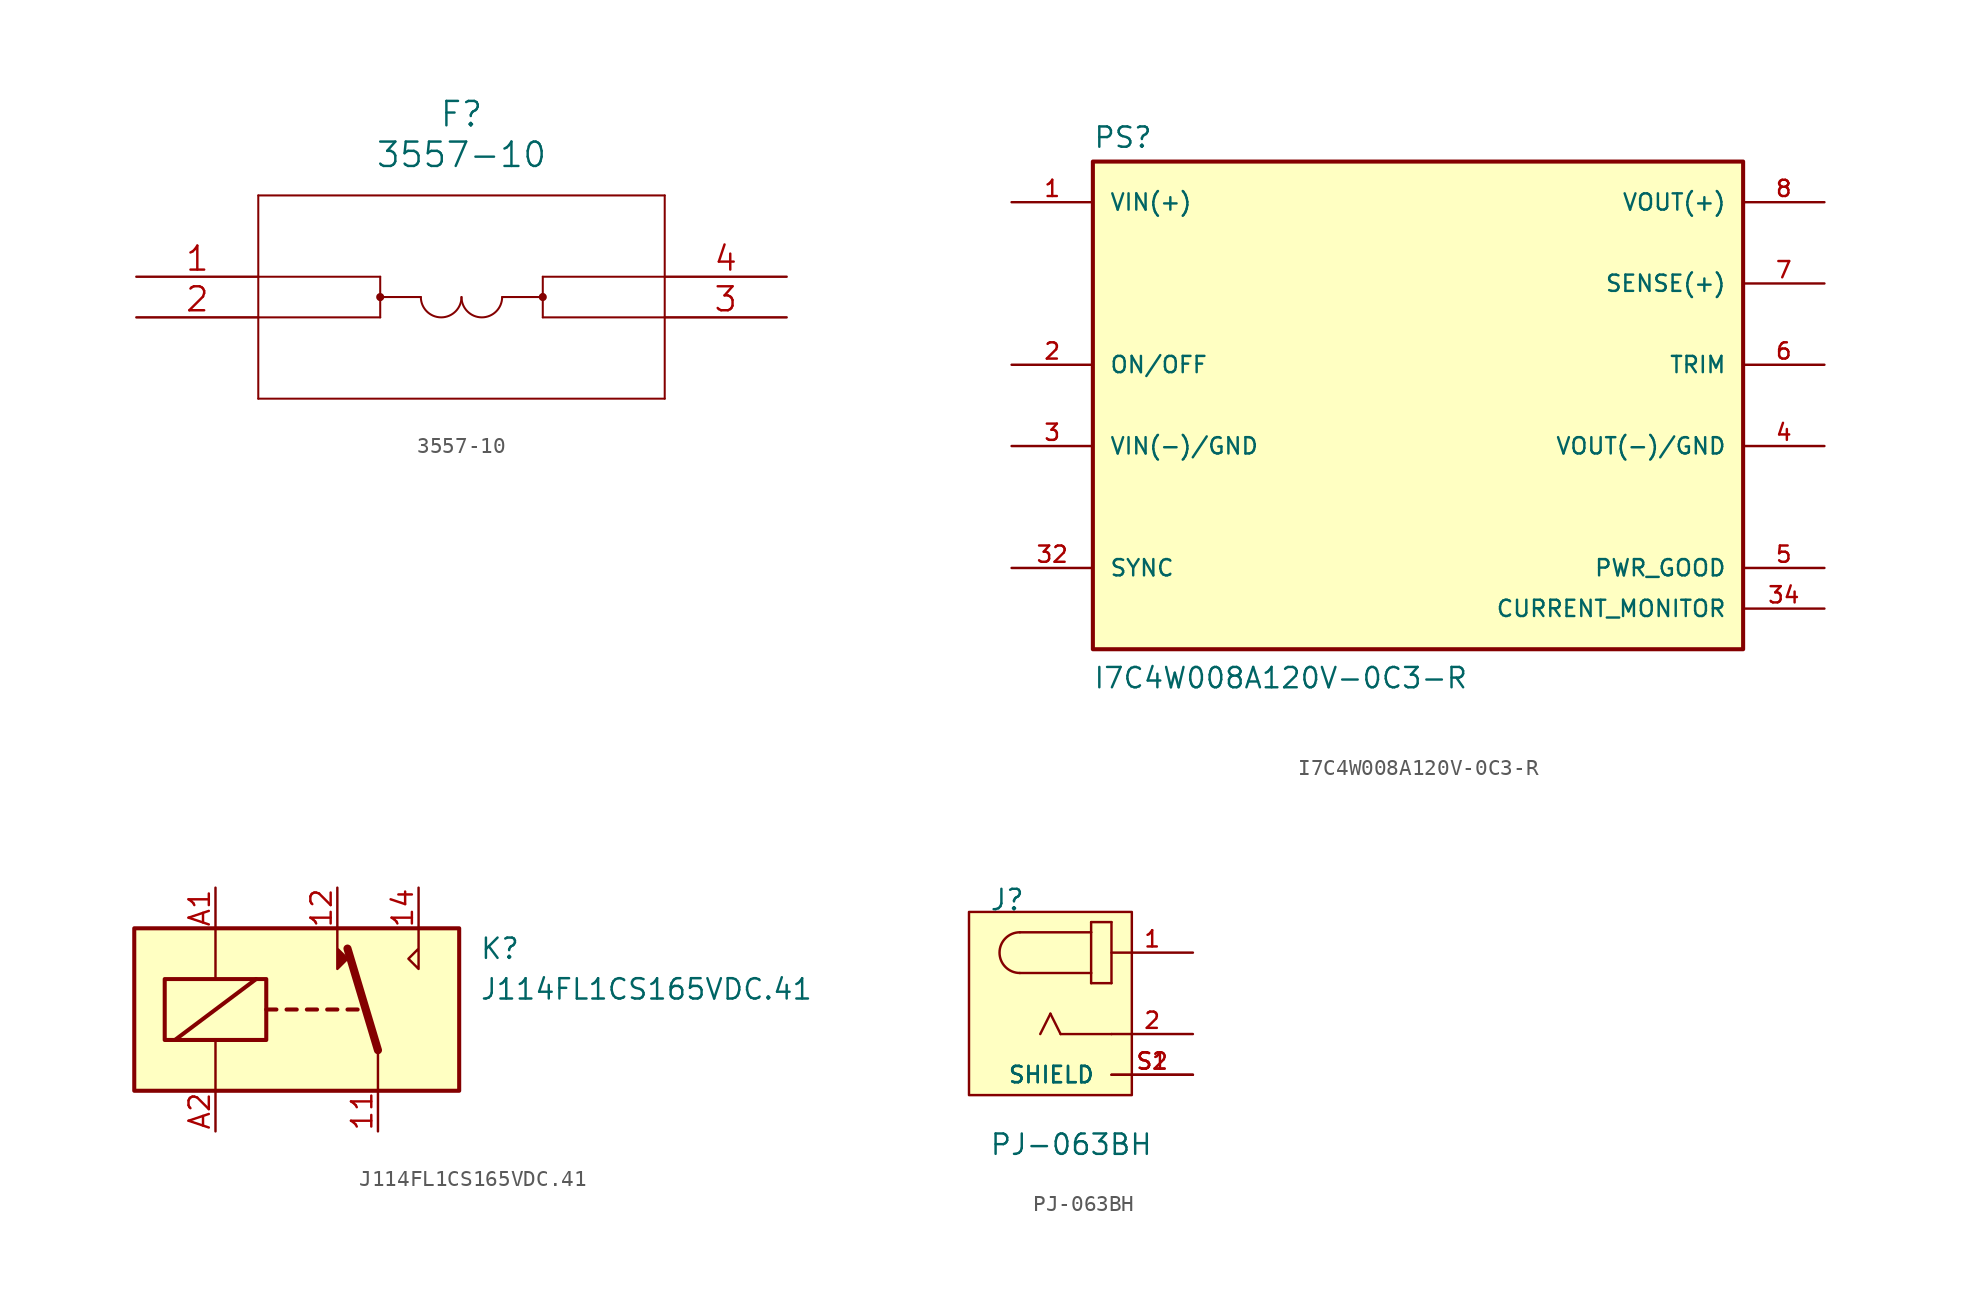
<source format=kicad_sym>
(kicad_symbol_lib
  (version 20231120)
  (generator "kicad_symbol_editor")
  (generator_version "8.0")
  (symbol "3557-10"
    (pin_names
      (offset 0.254) hide)
    (property "Reference" "F"
      (at 20.32 10.16 0)
      (effects (font (size 1.524 1.524))))
    (property "Value" "3557-10"
      (at 20.32 7.62 0)
      (effects (font (size 1.524 1.524))))
    (property "Datasheet" ""
      (at 0 0 0)
      (effects (font (size 1.524 1.524))))
    (property "ki_locked" ""
      (at 0 0 0)
      (effects (font (size 1.27 1.27))))
    (symbol "3557-10_1_1"
      (polyline (pts (xy 7.62 -7.62) (xy 33.02 -7.62)) (stroke (width 0.127) (type default)) (fill (type none)))
      (polyline (pts (xy 7.62 -2.54) (xy 15.24 -2.54)) (stroke (width 0.127) (type default)) (fill (type none)))
      (polyline (pts (xy 7.62 0) (xy 15.24 0)) (stroke (width 0.127) (type default)) (fill (type none)))
      (polyline (pts (xy 7.62 5.08) (xy 7.62 -7.62)) (stroke (width 0.127) (type default)) (fill (type none)))
      (polyline (pts (xy 15.24 -1.27) (xy 17.78 -1.27)) (stroke (width 0.127) (type default)) (fill (type none)))
      (polyline (pts (xy 15.24 0) (xy 15.24 -2.54)) (stroke (width 0.127) (type default)) (fill (type none)))
      (polyline (pts (xy 22.86 -1.27) (xy 25.4 -1.27)) (stroke (width 0.127) (type default)) (fill (type none)))
      (polyline (pts (xy 25.4 -2.54) (xy 25.4 0)) (stroke (width 0.127) (type default)) (fill (type none)))
      (polyline (pts (xy 25.4 0) (xy 33.02 0)) (stroke (width 0.127) (type default)) (fill (type none)))
      (polyline (pts (xy 33.02 -7.62) (xy 33.02 5.08)) (stroke (width 0.127) (type default)) (fill (type none)))
      (polyline (pts (xy 33.02 -2.54) (xy 25.4 -2.54)) (stroke (width 0.127) (type default)) (fill (type none)))
      (polyline (pts (xy 33.02 5.08) (xy 7.62 5.08)) (stroke (width 0.127) (type default)) (fill (type none)))
      (arc (start 15.24 -1.397) (mid 15.24 -1.397) (end 15.24 -1.397) (stroke (width 0.254) (type default)) (fill (type none)))
      (circle (center 15.24 -1.27) (radius 0.127) (stroke (width 0.254) (type default)) (fill (type none)))
      (arc (start 17.78 -1.27) (mid 19.05 -2.5345) (end 20.32 -1.27) (stroke (width 0.127) (type default)) (fill (type none)))
      (arc (start 20.32 -1.27) (mid 21.59 -2.5345) (end 22.86 -1.27) (stroke (width 0.127) (type default)) (fill (type none)))
      (circle (center 25.4 -1.27) (radius 0.127) (stroke (width 0.254) (type default)) (fill (type none)))
      (arc (start 25.4 -1.143) (mid 25.4 -1.143) (end 25.4 -1.143) (stroke (width 0.254) (type default)) (fill (type none)))
      (pin unspecified line (at 0 0 0) (length 7.62) (name "1" (effects (font (size 1.499 1.499)))) (number "1" (effects (font (size 1.499 1.499)))))
      (pin unspecified line (at 0 -2.54 0) (length 7.62) (name "2" (effects (font (size 1.499 1.499)))) (number "2" (effects (font (size 1.499 1.499)))))
      (pin unspecified line (at 40.64 -2.54 180) (length 7.62) (name "3" (effects (font (size 1.499 1.499)))) (number "3" (effects (font (size 1.499 1.499)))))
      (pin unspecified line (at 40.64 0 180) (length 7.62) (name "4" (effects (font (size 1.499 1.499)))) (number "4" (effects (font (size 1.499 1.499)))))))
  (symbol "I7C4W008A120V-0C3-R"
    (pin_names
      (offset 1.016))
    (property "Reference" "PS"
      (at -20.32 16.002 0)
      (effects (font (size 1.27 1.27)) (justify left bottom)))
    (property "Value" "I7C4W008A120V-0C3-R"
      (at -20.32 -17.78 0)
      (effects (font (size 1.27 1.27)) (justify left bottom)))
    (property "ki_locked" ""
      (at 0 0 0)
      (effects (font (size 1.27 1.27))))
    (symbol "I7C4W008A120V-0C3-R_0_0"
      (rectangle (start -20.32 -15.24) (end 20.32 15.24) (stroke (width 0.254) (type default)) (fill (type background)))
      (pin input line (at -25.4 12.7 0) (length 5.08) (name "VIN(+)" (effects (font (size 1.016 1.016)))) (number "1" (effects (font (size 1.016 1.016)))))
      (pin input line (at -25.4 2.54 0) (length 5.08) (name "ON/OFF" (effects (font (size 1.016 1.016)))) (number "2" (effects (font (size 1.016 1.016)))))
      (pin passive line (at -25.4 -2.54 0) (length 5.08) (name "VIN(-)/GND" (effects (font (size 1.016 1.016)))) (number "3" (effects (font (size 1.016 1.016)))))
      (pin passive line (at -25.4 -10.16 0) (length 5.08) (name "SYNC" (effects (font (size 1.016 1.016)))) (number "32" (effects (font (size 1.016 1.016)))))
      (pin passive line (at 25.4 -12.7 180) (length 5.08) (name "CURRENT_MONITOR" (effects (font (size 1.016 1.016)))) (number "34" (effects (font (size 1.016 1.016)))))
      (pin passive line (at 25.4 -2.54 180) (length 5.08) (name "VOUT(-)/GND" (effects (font (size 1.016 1.016)))) (number "4" (effects (font (size 1.016 1.016)))))
      (pin passive line (at 25.4 -10.16 180) (length 5.08) (name "PWR_GOOD" (effects (font (size 1.016 1.016)))) (number "5" (effects (font (size 1.016 1.016)))))
      (pin passive line (at 25.4 2.54 180) (length 5.08) (name "TRIM" (effects (font (size 1.016 1.016)))) (number "6" (effects (font (size 1.016 1.016)))))
      (pin passive line (at 25.4 7.62 180) (length 5.08) (name "SENSE(+)" (effects (font (size 1.016 1.016)))) (number "7" (effects (font (size 1.016 1.016)))))
      (pin output line (at 25.4 12.7 180) (length 5.08) (name "VOUT(+)" (effects (font (size 1.016 1.016)))) (number "8" (effects (font (size 1.016 1.016)))))))
  (symbol "J114FL1CS165VDC.41"
    (property "Reference" "K"
      (at 11.43 3.81 0)
      (effects (font (size 1.27 1.27)) (justify left)))
    (property "Value" "J114FL1CS165VDC.41"
      (at 11.43 1.27 0)
      (effects (font (size 1.27 1.27)) (justify left)))
    (symbol "J114FL1CS165VDC.41_0_0"
      (polyline (pts (xy -2.54 1.905) (xy -7.62 -1.905)) (stroke (width 0.254) (type default)) (fill (type none))))
    (symbol "J114FL1CS165VDC.41_0_1"
      (rectangle (start -10.16 5.08) (end 10.16 -5.08) (stroke (width 0.254) (type default)) (fill (type background)))
      (rectangle (start -8.255 1.905) (end -1.905 -1.905) (stroke (width 0.254) (type default)) (fill (type none)))
      (polyline (pts (xy -5.08 -5.08) (xy -5.08 -1.905)) (stroke (width 0) (type default)) (fill (type none)))
      (polyline (pts (xy -5.08 5.08) (xy -5.08 1.905)) (stroke (width 0) (type default)) (fill (type none)))
      (polyline (pts (xy -1.905 0) (xy -1.27 0)) (stroke (width 0.254) (type default)) (fill (type none)))
      (polyline (pts (xy -0.635 0) (xy 0 0)) (stroke (width 0.254) (type default)) (fill (type none)))
      (polyline (pts (xy 0.635 0) (xy 1.27 0)) (stroke (width 0.254) (type default)) (fill (type none)))
      (polyline (pts (xy 1.905 0) (xy 2.54 0)) (stroke (width 0.254) (type default)) (fill (type none)))
      (polyline (pts (xy 3.175 0) (xy 3.81 0)) (stroke (width 0.254) (type default)) (fill (type none)))
      (polyline (pts (xy 5.08 -2.54) (xy 3.175 3.81)) (stroke (width 0.508) (type default)) (fill (type none)))
      (polyline (pts (xy 5.08 -2.54) (xy 5.08 -5.08)) (stroke (width 0) (type default)) (fill (type none)))
      (polyline (pts (xy 2.54 5.08) (xy 2.54 2.54) (xy 3.175 3.175) (xy 2.54 3.81)) (stroke (width 0) (type default)) (fill (type outline)))
      (polyline (pts (xy 7.62 5.08) (xy 7.62 2.54) (xy 6.985 3.175) (xy 7.62 3.81)) (stroke (width 0) (type default)) (fill (type none))))
    (symbol "J114FL1CS165VDC.41_1_1"
      (pin passive line (at 5.08 -7.62 90) (length 2.54) (name "~" (effects (font (size 1.27 1.27)))) (number "11" (effects (font (size 1.27 1.27)))))
      (pin passive line (at 2.54 7.62 270) (length 2.54) (name "~" (effects (font (size 1.27 1.27)))) (number "12" (effects (font (size 1.27 1.27)))))
      (pin passive line (at 7.62 7.62 270) (length 2.54) (name "~" (effects (font (size 1.27 1.27)))) (number "14" (effects (font (size 1.27 1.27)))))
      (pin passive line (at -5.08 7.62 270) (length 2.54) (name "~" (effects (font (size 1.27 1.27)))) (number "A1" (effects (font (size 1.27 1.27)))))
      (pin passive line (at -5.08 -7.62 90) (length 2.54) (name "~" (effects (font (size 1.27 1.27)))) (number "A2" (effects (font (size 1.27 1.27)))))))
  (symbol "PJ-063BH"
    (pin_names
      (offset 1.016))
    (property "Reference" "J"
      (at -7.634 5.09 0)
      (effects (font (size 1.27 1.27)) (justify left bottom)))
    (property "Value" "PJ-063BH"
      (at -7.633 -10.177 0)
      (effects (font (size 1.27 1.27)) (justify left bottom)))
    (symbol "PJ-063BH_0_0"
      (arc (start -5.715 3.81) (mid -6.9795 2.54) (end -5.715 1.27) (stroke (width 0.1524) (type default)) (fill (type none)))
      (polyline (pts (xy -5.715 3.81) (xy -1.27 3.81)) (stroke (width 0.152) (type default)) (fill (type none)))
      (polyline (pts (xy -3.81 -1.27) (xy -4.445 -2.54)) (stroke (width 0.152) (type default)) (fill (type none)))
      (polyline (pts (xy -3.175 -2.54) (xy -3.81 -1.27)) (stroke (width 0.152) (type default)) (fill (type none)))
      (polyline (pts (xy -1.27 0.635) (xy 0 0.635)) (stroke (width 0.152) (type default)) (fill (type none)))
      (polyline (pts (xy -1.27 1.27) (xy -5.715 1.27)) (stroke (width 0.152) (type default)) (fill (type none)))
      (polyline (pts (xy -1.27 1.27) (xy -1.27 0.635)) (stroke (width 0.152) (type default)) (fill (type none)))
      (polyline (pts (xy -1.27 3.81) (xy -1.27 1.27)) (stroke (width 0.152) (type default)) (fill (type none)))
      (polyline (pts (xy -1.27 4.445) (xy -1.27 3.81)) (stroke (width 0.152) (type default)) (fill (type none)))
      (polyline (pts (xy 0 -2.54) (xy -3.175 -2.54)) (stroke (width 0.152) (type default)) (fill (type none)))
      (polyline (pts (xy 0 0.635) (xy 0 4.445)) (stroke (width 0.152) (type default)) (fill (type none)))
      (polyline (pts (xy 0 4.445) (xy -1.27 4.445)) (stroke (width 0.152) (type default)) (fill (type none)))
      (pin passive line (at 5.08 2.54 180) (length 5.08) (name "~" (effects (font (size 1.016 1.016)))) (number "1" (effects (font (size 1.016 1.016)))))
      (pin passive line (at 5.08 -2.54 180) (length 5.08) (name "~" (effects (font (size 1.016 1.016)))) (number "2" (effects (font (size 1.016 1.016)))))
      (pin power_in line (at 5.08 -5.08 180) (length 5.08) (name "SHIELD" (effects (font (size 1.016 1.016)))) (number "S1" (effects (font (size 1.016 1.016)))))
      (pin power_in line (at 5.08 -5.08 180) (length 5.08) (name "SHIELD" (effects (font (size 1.016 1.016)))) (number "S2" (effects (font (size 1.016 1.016))))))
    (symbol "PJ-063BH_0_1"
      (rectangle (start 1.27 5.08) (end -8.89 -6.35) (stroke (width 0) (type default)) (fill (type background))))))
</source>
